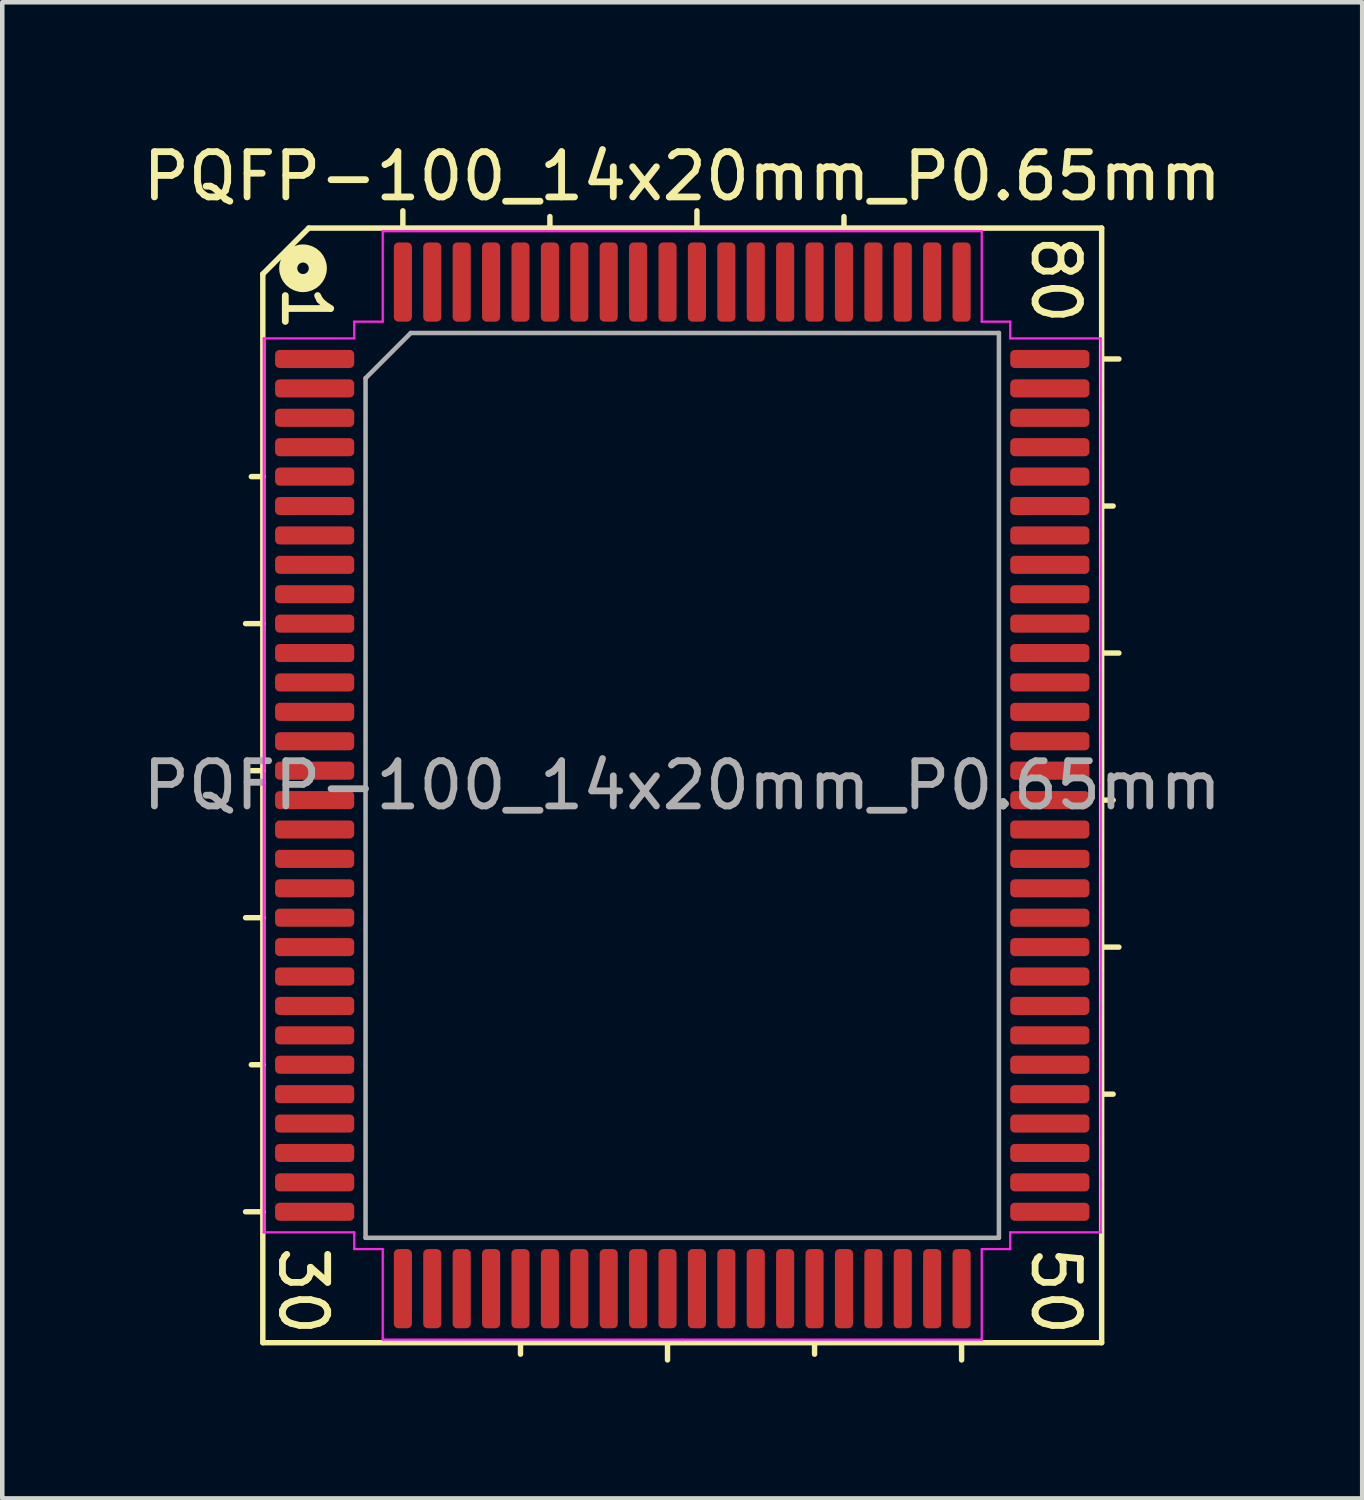
<source format=kicad_pcb>
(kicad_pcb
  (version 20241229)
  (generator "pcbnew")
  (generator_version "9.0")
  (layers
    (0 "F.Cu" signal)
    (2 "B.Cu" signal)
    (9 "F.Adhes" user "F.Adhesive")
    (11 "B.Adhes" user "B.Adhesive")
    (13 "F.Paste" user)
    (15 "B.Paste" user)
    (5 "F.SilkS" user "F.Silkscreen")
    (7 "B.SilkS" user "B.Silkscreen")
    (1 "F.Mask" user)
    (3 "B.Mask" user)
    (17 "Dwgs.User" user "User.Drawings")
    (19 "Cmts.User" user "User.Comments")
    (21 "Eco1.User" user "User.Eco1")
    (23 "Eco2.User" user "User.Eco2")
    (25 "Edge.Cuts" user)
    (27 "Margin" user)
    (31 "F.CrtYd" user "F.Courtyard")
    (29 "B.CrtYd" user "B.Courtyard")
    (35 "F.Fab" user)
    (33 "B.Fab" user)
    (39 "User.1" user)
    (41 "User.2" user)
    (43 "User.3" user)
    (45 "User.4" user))
  (footprint "PQFP-100_14x20mm_P0.65mm"
    (layer "F.Cu")
    (at 12.03 14.31)
    (property "Reference" "PQFP-100_14x20mm_P0.65mm" (at 0 -13.462 0) (layer "F.SilkS") (effects (font (size 1 1) (thickness 0.15))))
    (attr smd)
    (fp_line (start -9.271 -11.303) (end -9.271 12.319) (stroke (width 0.12) (type solid)) (layer "F.SilkS"))
    (fp_line (start -9.271 -6.825) (end -9.525 -6.825) (stroke (width 0.12) (type solid)) (layer "F.SilkS"))
    (fp_line (start -9.271 -3.575) (end -9.652 -3.575) (stroke (width 0.12) (type solid)) (layer "F.SilkS"))
    (fp_line (start -9.271 -0.325) (end -9.525 -0.325) (stroke (width 0.12) (type solid)) (layer "F.SilkS"))
    (fp_line (start -9.271 2.925) (end -9.652 2.925) (stroke (width 0.12) (type solid)) (layer "F.SilkS"))
    (fp_line (start -9.271 6.175) (end -9.525 6.175) (stroke (width 0.12) (type solid)) (layer "F.SilkS"))
    (fp_line (start -9.271 9.425) (end -9.652 9.425) (stroke (width 0.12) (type solid)) (layer "F.SilkS"))
    (fp_line (start -9.271 12.319) (end 9.271 12.319) (stroke (width 0.12) (type solid)) (layer "F.SilkS"))
    (fp_line (start -8.255 -12.319) (end -9.271 -11.303) (stroke (width 0.12) (type solid)) (layer "F.SilkS"))
    (fp_line (start -6.175 -12.319) (end -6.175 -12.7) (stroke (width 0.12) (type solid)) (layer "F.SilkS"))
    (fp_line (start -3.575 12.319) (end -3.575 12.573) (stroke (width 0.12) (type solid)) (layer "F.SilkS"))
    (fp_line (start -2.925 -12.319) (end -2.925 -12.573) (stroke (width 0.12) (type solid)) (layer "F.SilkS"))
    (fp_line (start -0.325 12.319) (end -0.325 12.7) (stroke (width 0.12) (type solid)) (layer "F.SilkS"))
    (fp_line (start 0.325 -12.319) (end 0.325 -12.7) (stroke (width 0.12) (type solid)) (layer "F.SilkS"))
    (fp_line (start 2.925 12.319) (end 2.925 12.573) (stroke (width 0.12) (type solid)) (layer "F.SilkS"))
    (fp_line (start 3.575 -12.319) (end 3.575 -12.573) (stroke (width 0.12) (type solid)) (layer "F.SilkS"))
    (fp_line (start 6.175 12.319) (end 6.175 12.7) (stroke (width 0.12) (type solid)) (layer "F.SilkS"))
    (fp_line (start 9.271 -12.319) (end -8.255 -12.319) (stroke (width 0.12) (type solid)) (layer "F.SilkS"))
    (fp_line (start 9.271 -9.425) (end 9.652 -9.425) (stroke (width 0.12) (type solid)) (layer "F.SilkS"))
    (fp_line (start 9.271 -6.175) (end 9.525 -6.175) (stroke (width 0.12) (type solid)) (layer "F.SilkS"))
    (fp_line (start 9.271 -2.925) (end 9.652 -2.925) (stroke (width 0.12) (type solid)) (layer "F.SilkS"))
    (fp_line (start 9.271 0.325) (end 9.525 0.325) (stroke (width 0.12) (type solid)) (layer "F.SilkS"))
    (fp_line (start 9.271 3.575) (end 9.652 3.575) (stroke (width 0.12) (type solid)) (layer "F.SilkS"))
    (fp_line (start 9.271 6.825) (end 9.525 6.825) (stroke (width 0.12) (type solid)) (layer "F.SilkS"))
    (fp_line (start 9.271 12.319) (end 9.271 -12.319) (stroke (width 0.12) (type solid)) (layer "F.SilkS"))
    (fp_circle (center -8.382 -11.43) (end -8.255 -11.43) (stroke (width 0.4) (type solid)) (fill no) (layer "F.SilkS"))
    (fp_line (start -9.25 -9.88) (end -9.25 0) (stroke (width 0.05) (type solid)) (layer "F.CrtYd"))
    (fp_line (start -9.25 9.88) (end -9.25 0) (stroke (width 0.05) (type solid)) (layer "F.CrtYd"))
    (fp_line (start -7.25 -10.25) (end -7.25 -9.88) (stroke (width 0.05) (type solid)) (layer "F.CrtYd"))
    (fp_line (start -7.25 -9.88) (end -9.25 -9.88) (stroke (width 0.05) (type solid)) (layer "F.CrtYd"))
    (fp_line (start -7.25 9.88) (end -9.25 9.88) (stroke (width 0.05) (type solid)) (layer "F.CrtYd"))
    (fp_line (start -7.25 10.25) (end -7.25 9.88) (stroke (width 0.05) (type solid)) (layer "F.CrtYd"))
    (fp_line (start -6.62 -12.25) (end -6.62 -10.25) (stroke (width 0.05) (type solid)) (layer "F.CrtYd"))
    (fp_line (start -6.62 -10.25) (end -7.25 -10.25) (stroke (width 0.05) (type solid)) (layer "F.CrtYd"))
    (fp_line (start -6.62 10.25) (end -7.25 10.25) (stroke (width 0.05) (type solid)) (layer "F.CrtYd"))
    (fp_line (start -6.62 12.25) (end -6.62 10.25) (stroke (width 0.05) (type solid)) (layer "F.CrtYd"))
    (fp_line (start 0 -12.25) (end -6.62 -12.25) (stroke (width 0.05) (type solid)) (layer "F.CrtYd"))
    (fp_line (start 0 -12.25) (end 6.62 -12.25) (stroke (width 0.05) (type solid)) (layer "F.CrtYd"))
    (fp_line (start 0 12.25) (end -6.62 12.25) (stroke (width 0.05) (type solid)) (layer "F.CrtYd"))
    (fp_line (start 0 12.25) (end 6.62 12.25) (stroke (width 0.05) (type solid)) (layer "F.CrtYd"))
    (fp_line (start 6.62 -12.25) (end 6.62 -10.25) (stroke (width 0.05) (type solid)) (layer "F.CrtYd"))
    (fp_line (start 6.62 -10.25) (end 7.25 -10.25) (stroke (width 0.05) (type solid)) (layer "F.CrtYd"))
    (fp_line (start 6.62 10.25) (end 7.25 10.25) (stroke (width 0.05) (type solid)) (layer "F.CrtYd"))
    (fp_line (start 6.62 12.25) (end 6.62 10.25) (stroke (width 0.05) (type solid)) (layer "F.CrtYd"))
    (fp_line (start 7.25 -10.25) (end 7.25 -9.88) (stroke (width 0.05) (type solid)) (layer "F.CrtYd"))
    (fp_line (start 7.25 -9.88) (end 9.25 -9.88) (stroke (width 0.05) (type solid)) (layer "F.CrtYd"))
    (fp_line (start 7.25 9.88) (end 9.25 9.88) (stroke (width 0.05) (type solid)) (layer "F.CrtYd"))
    (fp_line (start 7.25 10.25) (end 7.25 9.88) (stroke (width 0.05) (type solid)) (layer "F.CrtYd"))
    (fp_line (start 9.25 -9.88) (end 9.25 0) (stroke (width 0.05) (type solid)) (layer "F.CrtYd"))
    (fp_line (start 9.25 9.88) (end 9.25 0) (stroke (width 0.05) (type solid)) (layer "F.CrtYd"))
    (fp_line (start -7 -9) (end -6 -10) (stroke (width 0.1) (type solid)) (layer "F.Fab"))
    (fp_line (start -7 10) (end -7 -9) (stroke (width 0.1) (type solid)) (layer "F.Fab"))
    (fp_line (start -6 -10) (end 7 -10) (stroke (width 0.1) (type solid)) (layer "F.Fab"))
    (fp_line (start 7 -10) (end 7 10) (stroke (width 0.1) (type solid)) (layer "F.Fab"))
    (fp_line (start 7 10) (end -7 10) (stroke (width 0.1) (type solid)) (layer "F.Fab"))
    (fp_text user "50" (at 8.255 11.176 270) (unlocked yes) (layer "F.SilkS") (effects (font (size 1 1) (thickness 0.15))))
    (fp_text user "1" (at -8.319 -10.541 270) (unlocked yes) (layer "F.SilkS") (effects (font (size 1 1) (thickness 0.15))))
    (fp_text user "30" (at -8.382 11.176 270) (unlocked yes) (layer "F.SilkS") (effects (font (size 1 1) (thickness 0.15))))
    (fp_text user "80" (at 8.255 -11.176 270) (unlocked yes) (layer "F.SilkS") (effects (font (size 1 1) (thickness 0.15))))
    (fp_text user "${REFERENCE}" (at 0 0 0) (layer "F.Fab") (effects (font (size 1 1) (thickness 0.15))))
    (pad "1" smd roundrect (at -8.125 -9.425) (size 1.75 0.4) (layers "F.Cu" "F.Mask" "F.Paste") (roundrect_rratio 0.25))
    (pad "2" smd roundrect (at -8.125 -8.775) (size 1.75 0.4) (layers "F.Cu" "F.Mask" "F.Paste") (roundrect_rratio 0.25))
    (pad "3" smd roundrect (at -8.125 -8.125) (size 1.75 0.4) (layers "F.Cu" "F.Mask" "F.Paste") (roundrect_rratio 0.25))
    (pad "4" smd roundrect (at -8.125 -7.475) (size 1.75 0.4) (layers "F.Cu" "F.Mask" "F.Paste") (roundrect_rratio 0.25))
    (pad "5" smd roundrect (at -8.125 -6.825) (size 1.75 0.4) (layers "F.Cu" "F.Mask" "F.Paste") (roundrect_rratio 0.25))
    (pad "6" smd roundrect (at -8.125 -6.175) (size 1.75 0.4) (layers "F.Cu" "F.Mask" "F.Paste") (roundrect_rratio 0.25))
    (pad "7" smd roundrect (at -8.125 -5.525) (size 1.75 0.4) (layers "F.Cu" "F.Mask" "F.Paste") (roundrect_rratio 0.25))
    (pad "8" smd roundrect (at -8.125 -4.875) (size 1.75 0.4) (layers "F.Cu" "F.Mask" "F.Paste") (roundrect_rratio 0.25))
    (pad "9" smd roundrect (at -8.125 -4.225) (size 1.75 0.4) (layers "F.Cu" "F.Mask" "F.Paste") (roundrect_rratio 0.25))
    (pad "10" smd roundrect (at -8.125 -3.575) (size 1.75 0.4) (layers "F.Cu" "F.Mask" "F.Paste") (roundrect_rratio 0.25))
    (pad "11" smd roundrect (at -8.125 -2.925) (size 1.75 0.4) (layers "F.Cu" "F.Mask" "F.Paste") (roundrect_rratio 0.25))
    (pad "12" smd roundrect (at -8.125 -2.275) (size 1.75 0.4) (layers "F.Cu" "F.Mask" "F.Paste") (roundrect_rratio 0.25))
    (pad "13" smd roundrect (at -8.125 -1.625) (size 1.75 0.4) (layers "F.Cu" "F.Mask" "F.Paste") (roundrect_rratio 0.25))
    (pad "14" smd roundrect (at -8.125 -0.975) (size 1.75 0.4) (layers "F.Cu" "F.Mask" "F.Paste") (roundrect_rratio 0.25))
    (pad "15" smd roundrect (at -8.125 -0.325) (size 1.75 0.4) (layers "F.Cu" "F.Mask" "F.Paste") (roundrect_rratio 0.25))
    (pad "16" smd roundrect (at -8.125 0.325) (size 1.75 0.4) (layers "F.Cu" "F.Mask" "F.Paste") (roundrect_rratio 0.25))
    (pad "17" smd roundrect (at -8.125 0.975) (size 1.75 0.4) (layers "F.Cu" "F.Mask" "F.Paste") (roundrect_rratio 0.25))
    (pad "18" smd roundrect (at -8.125 1.625) (size 1.75 0.4) (layers "F.Cu" "F.Mask" "F.Paste") (roundrect_rratio 0.25))
    (pad "19" smd roundrect (at -8.125 2.275) (size 1.75 0.4) (layers "F.Cu" "F.Mask" "F.Paste") (roundrect_rratio 0.25))
    (pad "20" smd roundrect (at -8.125 2.925) (size 1.75 0.4) (layers "F.Cu" "F.Mask" "F.Paste") (roundrect_rratio 0.25))
    (pad "21" smd roundrect (at -8.125 3.575) (size 1.75 0.4) (layers "F.Cu" "F.Mask" "F.Paste") (roundrect_rratio 0.25))
    (pad "22" smd roundrect (at -8.125 4.225) (size 1.75 0.4) (layers "F.Cu" "F.Mask" "F.Paste") (roundrect_rratio 0.25))
    (pad "23" smd roundrect (at -8.125 4.875) (size 1.75 0.4) (layers "F.Cu" "F.Mask" "F.Paste") (roundrect_rratio 0.25))
    (pad "24" smd roundrect (at -8.125 5.525) (size 1.75 0.4) (layers "F.Cu" "F.Mask" "F.Paste") (roundrect_rratio 0.25))
    (pad "25" smd roundrect (at -8.125 6.175) (size 1.75 0.4) (layers "F.Cu" "F.Mask" "F.Paste") (roundrect_rratio 0.25))
    (pad "26" smd roundrect (at -8.125 6.825) (size 1.75 0.4) (layers "F.Cu" "F.Mask" "F.Paste") (roundrect_rratio 0.25))
    (pad "27" smd roundrect (at -8.125 7.475) (size 1.75 0.4) (layers "F.Cu" "F.Mask" "F.Paste") (roundrect_rratio 0.25))
    (pad "28" smd roundrect (at -8.125 8.125) (size 1.75 0.4) (layers "F.Cu" "F.Mask" "F.Paste") (roundrect_rratio 0.25))
    (pad "29" smd roundrect (at -8.125 8.775) (size 1.75 0.4) (layers "F.Cu" "F.Mask" "F.Paste") (roundrect_rratio 0.25))
    (pad "30" smd roundrect (at -8.125 9.425) (size 1.75 0.4) (layers "F.Cu" "F.Mask" "F.Paste") (roundrect_rratio 0.25))
    (pad "31" smd roundrect (at -6.175 11.125) (size 0.4 1.75) (layers "F.Cu" "F.Mask" "F.Paste") (roundrect_rratio 0.25))
    (pad "32" smd roundrect (at -5.525 11.125) (size 0.4 1.75) (layers "F.Cu" "F.Mask" "F.Paste") (roundrect_rratio 0.25))
    (pad "33" smd roundrect (at -4.875 11.125) (size 0.4 1.75) (layers "F.Cu" "F.Mask" "F.Paste") (roundrect_rratio 0.25))
    (pad "34" smd roundrect (at -4.225 11.125) (size 0.4 1.75) (layers "F.Cu" "F.Mask" "F.Paste") (roundrect_rratio 0.25))
    (pad "35" smd roundrect (at -3.575 11.125) (size 0.4 1.75) (layers "F.Cu" "F.Mask" "F.Paste") (roundrect_rratio 0.25))
    (pad "36" smd roundrect (at -2.925 11.125) (size 0.4 1.75) (layers "F.Cu" "F.Mask" "F.Paste") (roundrect_rratio 0.25))
    (pad "37" smd roundrect (at -2.275 11.125) (size 0.4 1.75) (layers "F.Cu" "F.Mask" "F.Paste") (roundrect_rratio 0.25))
    (pad "38" smd roundrect (at -1.625 11.125) (size 0.4 1.75) (layers "F.Cu" "F.Mask" "F.Paste") (roundrect_rratio 0.25))
    (pad "39" smd roundrect (at -0.975 11.125) (size 0.4 1.75) (layers "F.Cu" "F.Mask" "F.Paste") (roundrect_rratio 0.25))
    (pad "40" smd roundrect (at -0.325 11.125) (size 0.4 1.75) (layers "F.Cu" "F.Mask" "F.Paste") (roundrect_rratio 0.25))
    (pad "41" smd roundrect (at 0.325 11.125) (size 0.4 1.75) (layers "F.Cu" "F.Mask" "F.Paste") (roundrect_rratio 0.25))
    (pad "42" smd roundrect (at 0.975 11.125) (size 0.4 1.75) (layers "F.Cu" "F.Mask" "F.Paste") (roundrect_rratio 0.25))
    (pad "43" smd roundrect (at 1.625 11.125) (size 0.4 1.75) (layers "F.Cu" "F.Mask" "F.Paste") (roundrect_rratio 0.25))
    (pad "44" smd roundrect (at 2.275 11.125) (size 0.4 1.75) (layers "F.Cu" "F.Mask" "F.Paste") (roundrect_rratio 0.25))
    (pad "45" smd roundrect (at 2.925 11.125) (size 0.4 1.75) (layers "F.Cu" "F.Mask" "F.Paste") (roundrect_rratio 0.25))
    (pad "46" smd roundrect (at 3.575 11.125) (size 0.4 1.75) (layers "F.Cu" "F.Mask" "F.Paste") (roundrect_rratio 0.25))
    (pad "47" smd roundrect (at 4.225 11.125) (size 0.4 1.75) (layers "F.Cu" "F.Mask" "F.Paste") (roundrect_rratio 0.25))
    (pad "48" smd roundrect (at 4.875 11.125) (size 0.4 1.75) (layers "F.Cu" "F.Mask" "F.Paste") (roundrect_rratio 0.25))
    (pad "49" smd roundrect (at 5.525 11.125) (size 0.4 1.75) (layers "F.Cu" "F.Mask" "F.Paste") (roundrect_rratio 0.25))
    (pad "50" smd roundrect (at 6.175 11.125) (size 0.4 1.75) (layers "F.Cu" "F.Mask" "F.Paste") (roundrect_rratio 0.25))
    (pad "51" smd roundrect (at 8.125 9.425) (size 1.75 0.4) (layers "F.Cu" "F.Mask" "F.Paste") (roundrect_rratio 0.25))
    (pad "52" smd roundrect (at 8.125 8.775) (size 1.75 0.4) (layers "F.Cu" "F.Mask" "F.Paste") (roundrect_rratio 0.25))
    (pad "53" smd roundrect (at 8.125 8.125) (size 1.75 0.4) (layers "F.Cu" "F.Mask" "F.Paste") (roundrect_rratio 0.25))
    (pad "54" smd roundrect (at 8.125 7.475) (size 1.75 0.4) (layers "F.Cu" "F.Mask" "F.Paste") (roundrect_rratio 0.25))
    (pad "55" smd roundrect (at 8.125 6.825) (size 1.75 0.4) (layers "F.Cu" "F.Mask" "F.Paste") (roundrect_rratio 0.25))
    (pad "56" smd roundrect (at 8.125 6.175) (size 1.75 0.4) (layers "F.Cu" "F.Mask" "F.Paste") (roundrect_rratio 0.25))
    (pad "57" smd roundrect (at 8.125 5.525) (size 1.75 0.4) (layers "F.Cu" "F.Mask" "F.Paste") (roundrect_rratio 0.25))
    (pad "58" smd roundrect (at 8.125 4.875) (size 1.75 0.4) (layers "F.Cu" "F.Mask" "F.Paste") (roundrect_rratio 0.25))
    (pad "59" smd roundrect (at 8.125 4.225) (size 1.75 0.4) (layers "F.Cu" "F.Mask" "F.Paste") (roundrect_rratio 0.25))
    (pad "60" smd roundrect (at 8.125 3.575) (size 1.75 0.4) (layers "F.Cu" "F.Mask" "F.Paste") (roundrect_rratio 0.25))
    (pad "61" smd roundrect (at 8.125 2.925) (size 1.75 0.4) (layers "F.Cu" "F.Mask" "F.Paste") (roundrect_rratio 0.25))
    (pad "62" smd roundrect (at 8.125 2.275) (size 1.75 0.4) (layers "F.Cu" "F.Mask" "F.Paste") (roundrect_rratio 0.25))
    (pad "63" smd roundrect (at 8.125 1.625) (size 1.75 0.4) (layers "F.Cu" "F.Mask" "F.Paste") (roundrect_rratio 0.25))
    (pad "64" smd roundrect (at 8.125 0.975) (size 1.75 0.4) (layers "F.Cu" "F.Mask" "F.Paste") (roundrect_rratio 0.25))
    (pad "65" smd roundrect (at 8.125 0.325) (size 1.75 0.4) (layers "F.Cu" "F.Mask" "F.Paste") (roundrect_rratio 0.25))
    (pad "66" smd roundrect (at 8.125 -0.325) (size 1.75 0.4) (layers "F.Cu" "F.Mask" "F.Paste") (roundrect_rratio 0.25))
    (pad "67" smd roundrect (at 8.125 -0.975) (size 1.75 0.4) (layers "F.Cu" "F.Mask" "F.Paste") (roundrect_rratio 0.25))
    (pad "68" smd roundrect (at 8.125 -1.625) (size 1.75 0.4) (layers "F.Cu" "F.Mask" "F.Paste") (roundrect_rratio 0.25))
    (pad "69" smd roundrect (at 8.125 -2.275) (size 1.75 0.4) (layers "F.Cu" "F.Mask" "F.Paste") (roundrect_rratio 0.25))
    (pad "70" smd roundrect (at 8.125 -2.925) (size 1.75 0.4) (layers "F.Cu" "F.Mask" "F.Paste") (roundrect_rratio 0.25))
    (pad "71" smd roundrect (at 8.125 -3.575) (size 1.75 0.4) (layers "F.Cu" "F.Mask" "F.Paste") (roundrect_rratio 0.25))
    (pad "72" smd roundrect (at 8.125 -4.225) (size 1.75 0.4) (layers "F.Cu" "F.Mask" "F.Paste") (roundrect_rratio 0.25))
    (pad "73" smd roundrect (at 8.125 -4.875) (size 1.75 0.4) (layers "F.Cu" "F.Mask" "F.Paste") (roundrect_rratio 0.25))
    (pad "74" smd roundrect (at 8.125 -5.525) (size 1.75 0.4) (layers "F.Cu" "F.Mask" "F.Paste") (roundrect_rratio 0.25))
    (pad "75" smd roundrect (at 8.125 -6.175) (size 1.75 0.4) (layers "F.Cu" "F.Mask" "F.Paste") (roundrect_rratio 0.25))
    (pad "76" smd roundrect (at 8.125 -6.825) (size 1.75 0.4) (layers "F.Cu" "F.Mask" "F.Paste") (roundrect_rratio 0.25))
    (pad "77" smd roundrect (at 8.125 -7.475) (size 1.75 0.4) (layers "F.Cu" "F.Mask" "F.Paste") (roundrect_rratio 0.25))
    (pad "78" smd roundrect (at 8.125 -8.125) (size 1.75 0.4) (layers "F.Cu" "F.Mask" "F.Paste") (roundrect_rratio 0.25))
    (pad "79" smd roundrect (at 8.125 -8.775) (size 1.75 0.4) (layers "F.Cu" "F.Mask" "F.Paste") (roundrect_rratio 0.25))
    (pad "80" smd roundrect (at 8.125 -9.425) (size 1.75 0.4) (layers "F.Cu" "F.Mask" "F.Paste") (roundrect_rratio 0.25))
    (pad "81" smd roundrect (at 6.175 -11.125) (size 0.4 1.75) (layers "F.Cu" "F.Mask" "F.Paste") (roundrect_rratio 0.25))
    (pad "82" smd roundrect (at 5.525 -11.125) (size 0.4 1.75) (layers "F.Cu" "F.Mask" "F.Paste") (roundrect_rratio 0.25))
    (pad "83" smd roundrect (at 4.875 -11.125) (size 0.4 1.75) (layers "F.Cu" "F.Mask" "F.Paste") (roundrect_rratio 0.25))
    (pad "84" smd roundrect (at 4.225 -11.125) (size 0.4 1.75) (layers "F.Cu" "F.Mask" "F.Paste") (roundrect_rratio 0.25))
    (pad "85" smd roundrect (at 3.575 -11.125) (size 0.4 1.75) (layers "F.Cu" "F.Mask" "F.Paste") (roundrect_rratio 0.25))
    (pad "86" smd roundrect (at 2.925 -11.125) (size 0.4 1.75) (layers "F.Cu" "F.Mask" "F.Paste") (roundrect_rratio 0.25))
    (pad "87" smd roundrect (at 2.275 -11.125) (size 0.4 1.75) (layers "F.Cu" "F.Mask" "F.Paste") (roundrect_rratio 0.25))
    (pad "88" smd roundrect (at 1.625 -11.125) (size 0.4 1.75) (layers "F.Cu" "F.Mask" "F.Paste") (roundrect_rratio 0.25))
    (pad "89" smd roundrect (at 0.975 -11.125) (size 0.4 1.75) (layers "F.Cu" "F.Mask" "F.Paste") (roundrect_rratio 0.25))
    (pad "90" smd roundrect (at 0.325 -11.125) (size 0.4 1.75) (layers "F.Cu" "F.Mask" "F.Paste") (roundrect_rratio 0.25))
    (pad "91" smd roundrect (at -0.325 -11.125) (size 0.4 1.75) (layers "F.Cu" "F.Mask" "F.Paste") (roundrect_rratio 0.25))
    (pad "92" smd roundrect (at -0.975 -11.125) (size 0.4 1.75) (layers "F.Cu" "F.Mask" "F.Paste") (roundrect_rratio 0.25))
    (pad "93" smd roundrect (at -1.625 -11.125) (size 0.4 1.75) (layers "F.Cu" "F.Mask" "F.Paste") (roundrect_rratio 0.25))
    (pad "94" smd roundrect (at -2.275 -11.125) (size 0.4 1.75) (layers "F.Cu" "F.Mask" "F.Paste") (roundrect_rratio 0.25))
    (pad "95" smd roundrect (at -2.925 -11.125) (size 0.4 1.75) (layers "F.Cu" "F.Mask" "F.Paste") (roundrect_rratio 0.25))
    (pad "96" smd roundrect (at -3.575 -11.125) (size 0.4 1.75) (layers "F.Cu" "F.Mask" "F.Paste") (roundrect_rratio 0.25))
    (pad "97" smd roundrect (at -4.225 -11.125) (size 0.4 1.75) (layers "F.Cu" "F.Mask" "F.Paste") (roundrect_rratio 0.25))
    (pad "98" smd roundrect (at -4.875 -11.125) (size 0.4 1.75) (layers "F.Cu" "F.Mask" "F.Paste") (roundrect_rratio 0.25))
    (pad "99" smd roundrect (at -5.525 -11.125) (size 0.4 1.75) (layers "F.Cu" "F.Mask" "F.Paste") (roundrect_rratio 0.25))
    (pad "100" smd roundrect (at -6.175 -11.125) (size 0.4 1.75) (layers "F.Cu" "F.Mask" "F.Paste") (roundrect_rratio 0.25)))
  (gr_rect
    (start -3 -3)
    (end 27.06 30.07)
    (stroke (width 0.1) (type default))
    (fill no)
    (layer "Edge.Cuts")))
</source>
